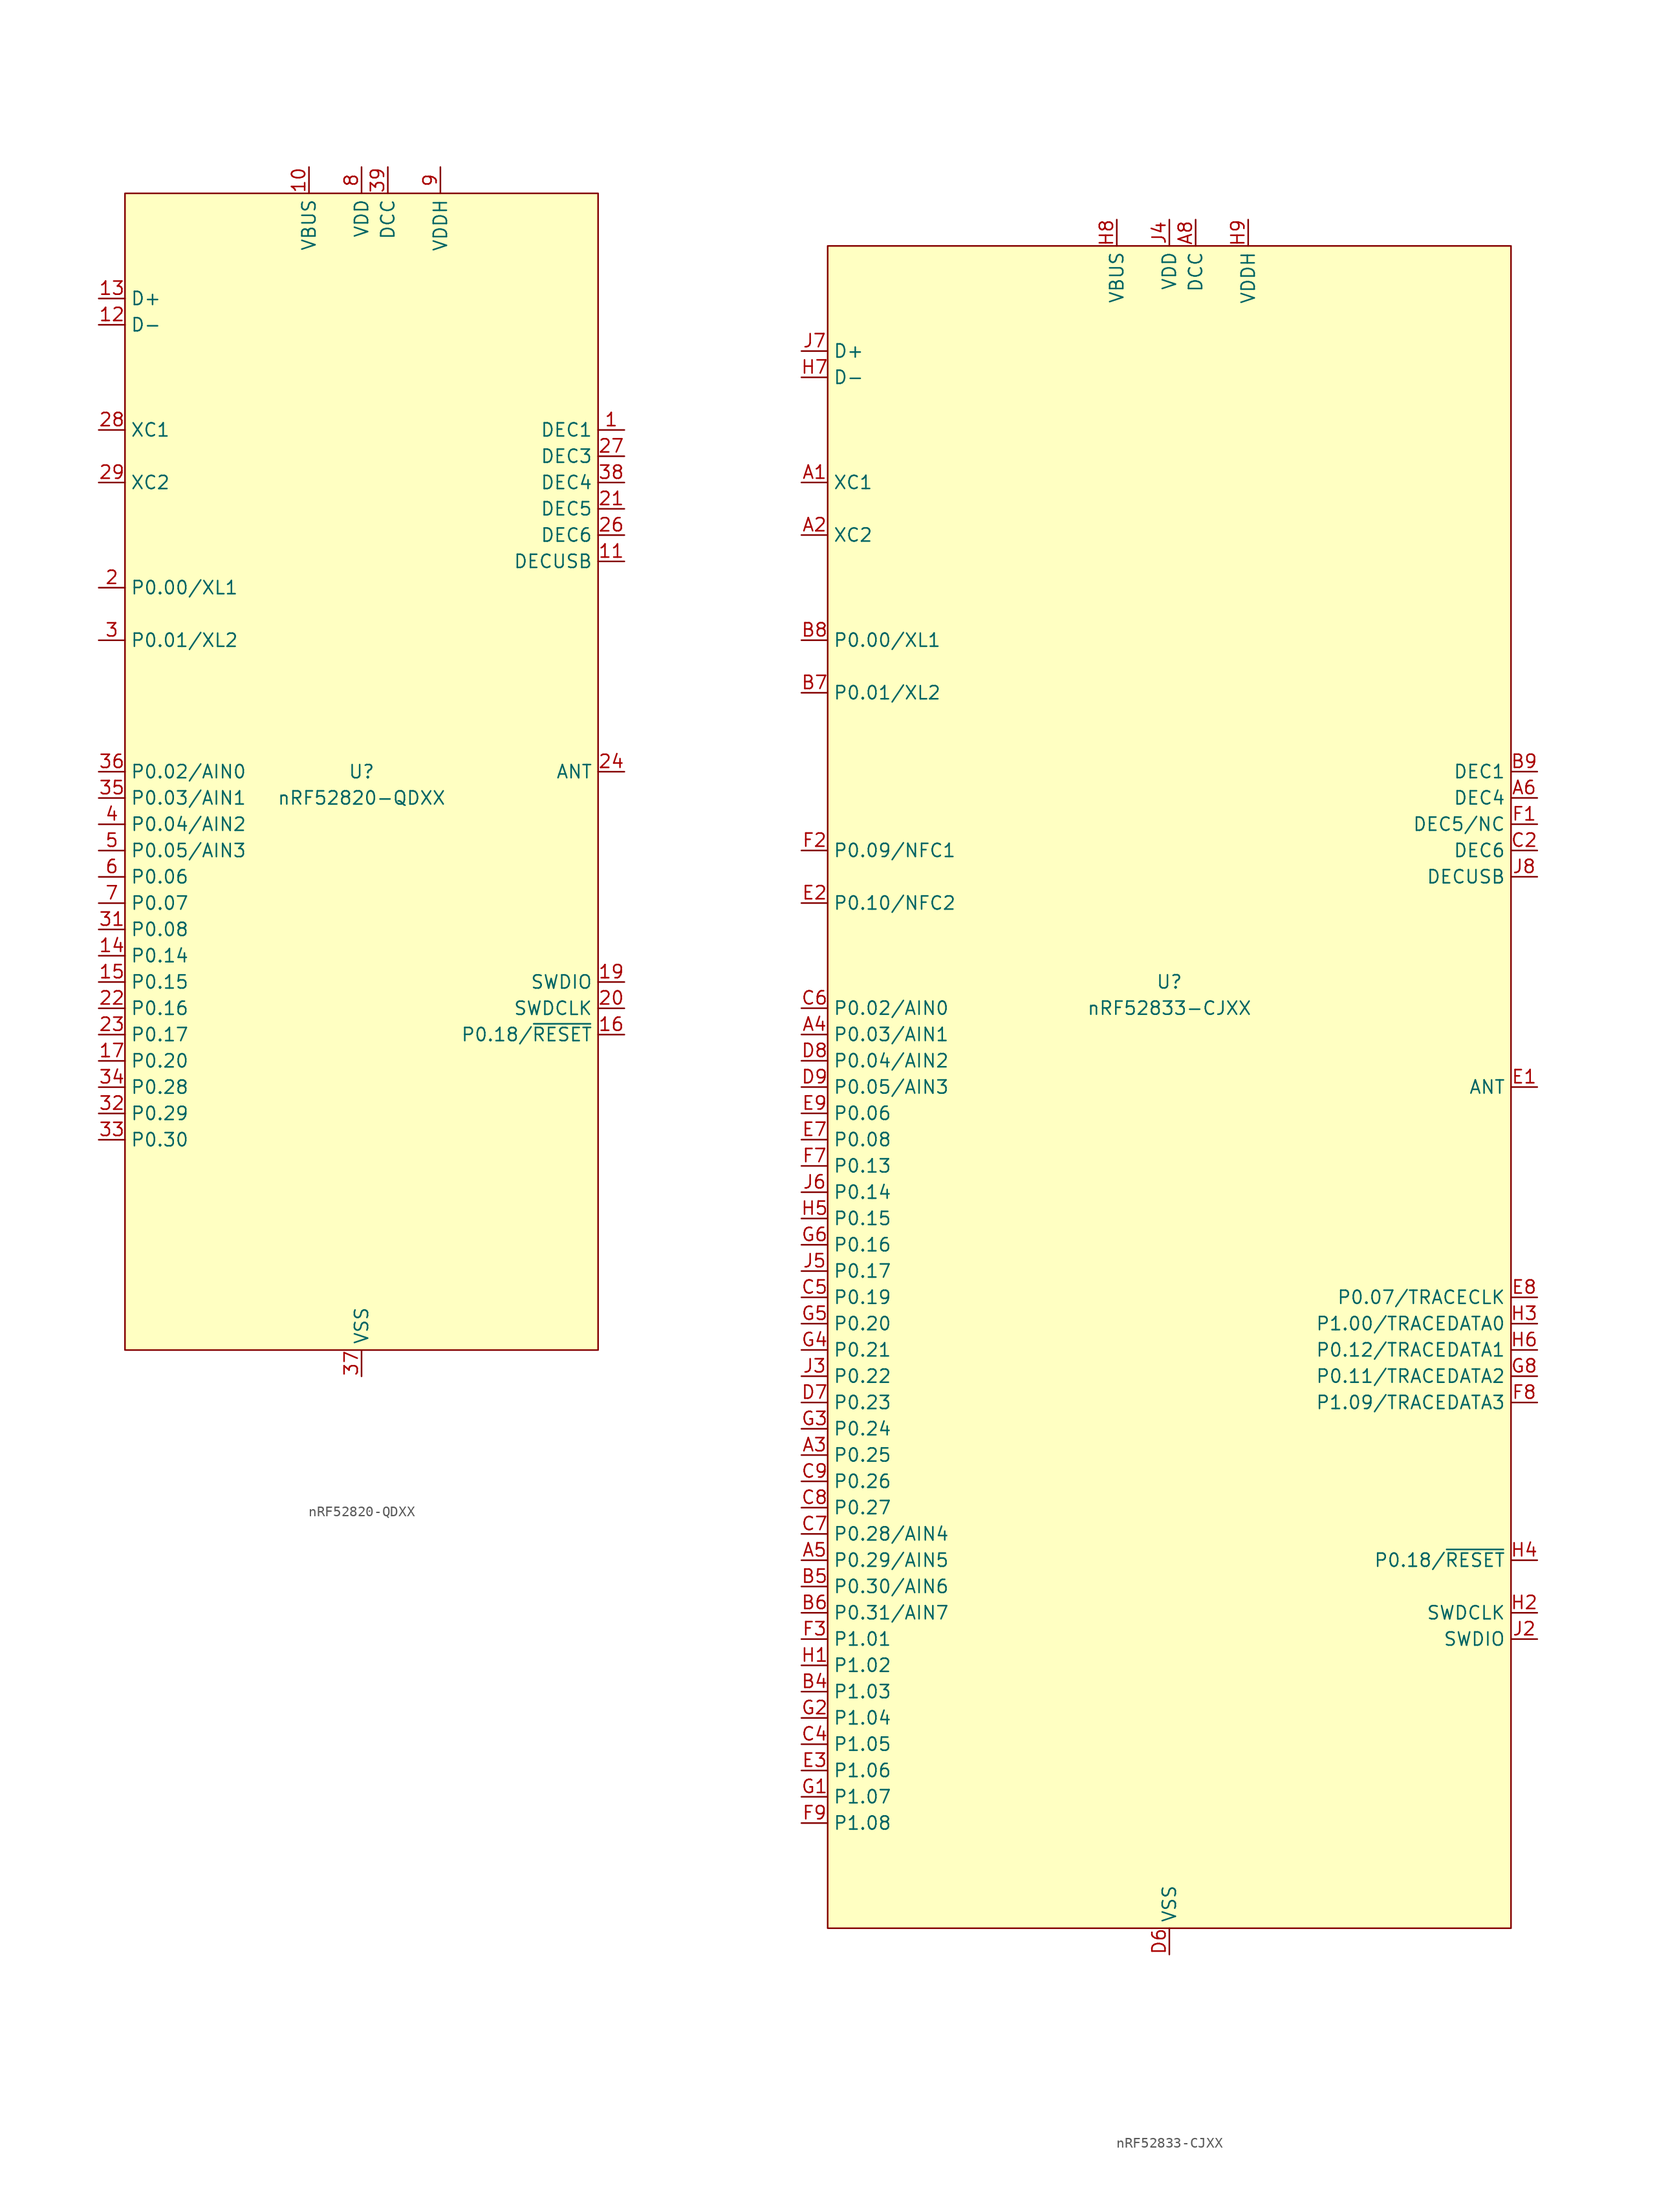
<source format=kicad_sym>
(kicad_symbol_lib
  (version 20241209)
  (generator "kicad_symbol_editor")
  (generator_version "9.0")
  (symbol "nRF52820-QDXX"
    (property "Reference" "U"
      (at 0 0 0)
      (do_not_autoplace)
      (effects (font (size 1.27 1.27))))
    (property "Value" "nRF52820-QDXX"
      (at 0 -2.54 0)
      (do_not_autoplace)
      (effects (font (size 1.27 1.27))))
    (symbol "nRF52820-QDXX_0_0"
      (pin unspecified line (at -25.4 45.72 0) (length 2.54) (name "D+" (effects (font (size 1.27 1.27)))) (number "13" (effects (font (size 1.27 1.27)))))
      (pin unspecified line (at -25.4 43.18 0) (length 2.54) (name "D-" (effects (font (size 1.27 1.27)))) (number "12" (effects (font (size 1.27 1.27)))))
      (pin unspecified line (at -25.4 33.02 0) (length 2.54) (name "XC1" (effects (font (size 1.27 1.27)))) (number "28" (effects (font (size 1.27 1.27)))))
      (pin unspecified line (at -25.4 27.94 0) (length 2.54) (name "XC2" (effects (font (size 1.27 1.27)))) (number "29" (effects (font (size 1.27 1.27)))))
      (pin unspecified line (at -25.4 17.78 0) (length 2.54) (name "P0.00/XL1" (effects (font (size 1.27 1.27)))) (number "2" (effects (font (size 1.27 1.27)))))
      (pin unspecified line (at -25.4 12.7 0) (length 2.54) (name "P0.01/XL2" (effects (font (size 1.27 1.27)))) (number "3" (effects (font (size 1.27 1.27)))))
      (pin unspecified line (at -25.4 0 0) (length 2.54) (name "P0.02/AIN0" (effects (font (size 1.27 1.27)))) (number "36" (effects (font (size 1.27 1.27)))))
      (pin unspecified line (at -25.4 -2.54 0) (length 2.54) (name "P0.03/AIN1" (effects (font (size 1.27 1.27)))) (number "35" (effects (font (size 1.27 1.27)))))
      (pin unspecified line (at -25.4 -5.08 0) (length 2.54) (name "P0.04/AIN2" (effects (font (size 1.27 1.27)))) (number "4" (effects (font (size 1.27 1.27)))))
      (pin unspecified line (at -25.4 -7.62 0) (length 2.54) (name "P0.05/AIN3" (effects (font (size 1.27 1.27)))) (number "5" (effects (font (size 1.27 1.27)))))
      (pin unspecified line (at -25.4 -10.16 0) (length 2.54) (name "P0.06" (effects (font (size 1.27 1.27)))) (number "6" (effects (font (size 1.27 1.27)))))
      (pin unspecified line (at -25.4 -12.7 0) (length 2.54) (name "P0.07" (effects (font (size 1.27 1.27)))) (number "7" (effects (font (size 1.27 1.27)))))
      (pin unspecified line (at -25.4 -15.24 0) (length 2.54) (name "P0.08" (effects (font (size 1.27 1.27)))) (number "31" (effects (font (size 1.27 1.27)))))
      (pin unspecified line (at -25.4 -17.78 0) (length 2.54) (name "P0.14" (effects (font (size 1.27 1.27)))) (number "14" (effects (font (size 1.27 1.27)))))
      (pin unspecified line (at -25.4 -20.32 0) (length 2.54) (name "P0.15" (effects (font (size 1.27 1.27)))) (number "15" (effects (font (size 1.27 1.27)))))
      (pin unspecified line (at -25.4 -22.86 0) (length 2.54) (name "P0.16" (effects (font (size 1.27 1.27)))) (number "22" (effects (font (size 1.27 1.27)))))
      (pin unspecified line (at -25.4 -25.4 0) (length 2.54) (name "P0.17" (effects (font (size 1.27 1.27)))) (number "23" (effects (font (size 1.27 1.27)))))
      (pin unspecified line (at -25.4 -27.94 0) (length 2.54) (name "P0.20" (effects (font (size 1.27 1.27)))) (number "17" (effects (font (size 1.27 1.27)))))
      (pin unspecified line (at -25.4 -30.48 0) (length 2.54) (name "P0.28" (effects (font (size 1.27 1.27)))) (number "34" (effects (font (size 1.27 1.27)))))
      (pin unspecified line (at -25.4 -33.02 0) (length 2.54) (name "P0.29" (effects (font (size 1.27 1.27)))) (number "32" (effects (font (size 1.27 1.27)))))
      (pin unspecified line (at -25.4 -35.56 0) (length 2.54) (name "P0.30" (effects (font (size 1.27 1.27)))) (number "33" (effects (font (size 1.27 1.27)))))
      (pin unspecified line (at -5.08 58.42 270) (length 2.54) (name "VBUS" (effects (font (size 1.27 1.27)))) (number "10" (effects (font (size 1.27 1.27)))))
      (pin unspecified line (at 0 58.42 270) (length 2.54) (name "VDD" (effects (font (size 1.27 1.27)))) (number "8" (effects (font (size 1.27 1.27)))))
      (pin unspecified line (at 0 -58.42 90) (length 2.54) (name "VSS" (effects (font (size 1.27 1.27)))) (number "37" (effects (font (size 1.27 1.27)))))
      (pin unspecified line (at 2.54 58.42 270) (length 2.54) (name "DCC" (effects (font (size 1.27 1.27)))) (number "39" (effects (font (size 1.27 1.27)))))
      (pin unspecified line (at 7.62 58.42 270) (length 2.54) (name "VDDH" (effects (font (size 1.27 1.27)))) (number "9" (effects (font (size 1.27 1.27)))))
      (pin unspecified line (at 25.4 20.32 180) (length 2.54) (name "DECUSB" (effects (font (size 1.27 1.27)))) (number "11" (effects (font (size 1.27 1.27)))))
      (pin unspecified line (at 25.4 0 180) (length 2.54) (name "ANT" (effects (font (size 1.27 1.27)))) (number "24" (effects (font (size 1.27 1.27)))))
      (pin unspecified line (at 25.4 -20.32 180) (length 2.54) (name "SWDIO" (effects (font (size 1.27 1.27)))) (number "19" (effects (font (size 1.27 1.27)))))
      (pin unspecified line (at 25.4 -22.86 180) (length 2.54) (name "SWDCLK" (effects (font (size 1.27 1.27)))) (number "20" (effects (font (size 1.27 1.27))))))
    (symbol "nRF52820-QDXX_1_0"
      (pin unspecified line (at 0 58.42 270) (length 2.54) (hide yes) (name "VDD" (effects (font (size 1.27 1.27)))) (number "18" (effects (font (size 1.27 1.27)))))
      (pin unspecified line (at 0 58.42 270) (length 2.54) (hide yes) (name "VDD" (effects (font (size 1.27 1.27)))) (number "30" (effects (font (size 1.27 1.27)))))
      (pin unspecified line (at 0 58.42 270) (length 2.54) (hide yes) (name "VDD" (effects (font (size 1.27 1.27)))) (number "40" (effects (font (size 1.27 1.27)))))
      (pin unspecified line (at 0 -58.42 90) (length 2.54) (hide yes) (name "VSS_PA" (effects (font (size 1.27 1.27)))) (number "25" (effects (font (size 1.27 1.27)))))
      (pin unspecified line (at 0 -58.42 90) (length 2.54) (hide yes) (name "VSS" (effects (font (size 1.27 1.27)))) (number "EP" (effects (font (size 1.27 1.27)))))
      (pin unspecified line (at 25.4 33.02 180) (length 2.54) (name "DEC1" (effects (font (size 1.27 1.27)))) (number "1" (effects (font (size 1.27 1.27)))))
      (pin unspecified line (at 25.4 30.48 180) (length 2.54) (name "DEC3" (effects (font (size 1.27 1.27)))) (number "27" (effects (font (size 1.27 1.27)))))
      (pin unspecified line (at 25.4 27.94 180) (length 2.54) (name "DEC4" (effects (font (size 1.27 1.27)))) (number "38" (effects (font (size 1.27 1.27)))))
      (pin unspecified line (at 25.4 25.4 180) (length 2.54) (name "DEC5" (effects (font (size 1.27 1.27)))) (number "21" (effects (font (size 1.27 1.27)))))
      (pin unspecified line (at 25.4 22.86 180) (length 2.54) (name "DEC6" (effects (font (size 1.27 1.27)))) (number "26" (effects (font (size 1.27 1.27)))))
      (pin unspecified line (at 25.4 -25.4 180) (length 2.54) (name "P0.18/~{RESET}" (effects (font (size 1.27 1.27)))) (number "16" (effects (font (size 1.27 1.27))))))
    (symbol "nRF52820-QDXX_1_1"
      (rectangle (start -22.86 55.88) (end 22.86 -55.88) (stroke (width 0) (type default)) (fill (type background)))))
  (symbol "nRF52833-CJXX"
    (property "Reference" "U"
      (at 0 10.16 0)
      (do_not_autoplace)
      (effects (font (size 1.27 1.27))))
    (property "Value" "nRF52833-CJXX"
      (at 0 7.62 0)
      (do_not_autoplace)
      (effects (font (size 1.27 1.27))))
    (symbol "nRF52833-CJXX_0_0"
      (pin unspecified line (at -35.56 71.12 0) (length 2.54) (name "D+" (effects (font (size 1.27 1.27)))) (number "J7" (effects (font (size 1.27 1.27)))))
      (pin unspecified line (at -35.56 68.58 0) (length 2.54) (name "D-" (effects (font (size 1.27 1.27)))) (number "H7" (effects (font (size 1.27 1.27)))))
      (pin unspecified line (at -35.56 58.42 0) (length 2.54) (name "XC1" (effects (font (size 1.27 1.27)))) (number "A1" (effects (font (size 1.27 1.27)))))
      (pin unspecified line (at -35.56 53.34 0) (length 2.54) (name "XC2" (effects (font (size 1.27 1.27)))) (number "A2" (effects (font (size 1.27 1.27)))))
      (pin unspecified line (at -35.56 43.18 0) (length 2.54) (name "P0.00/XL1" (effects (font (size 1.27 1.27)))) (number "B8" (effects (font (size 1.27 1.27)))))
      (pin unspecified line (at -35.56 38.1 0) (length 2.54) (name "P0.01/XL2" (effects (font (size 1.27 1.27)))) (number "B7" (effects (font (size 1.27 1.27)))))
      (pin unspecified line (at -35.56 22.86 0) (length 2.54) (name "P0.09/NFC1" (effects (font (size 1.27 1.27)))) (number "F2" (effects (font (size 1.27 1.27)))))
      (pin unspecified line (at -35.56 17.78 0) (length 2.54) (name "P0.10/NFC2" (effects (font (size 1.27 1.27)))) (number "E2" (effects (font (size 1.27 1.27)))))
      (pin unspecified line (at -35.56 7.62 0) (length 2.54) (name "P0.02/AIN0" (effects (font (size 1.27 1.27)))) (number "C6" (effects (font (size 1.27 1.27)))))
      (pin unspecified line (at -35.56 5.08 0) (length 2.54) (name "P0.03/AIN1" (effects (font (size 1.27 1.27)))) (number "A4" (effects (font (size 1.27 1.27)))))
      (pin unspecified line (at -35.56 2.54 0) (length 2.54) (name "P0.04/AIN2" (effects (font (size 1.27 1.27)))) (number "D8" (effects (font (size 1.27 1.27)))))
      (pin unspecified line (at -35.56 0 0) (length 2.54) (name "P0.05/AIN3" (effects (font (size 1.27 1.27)))) (number "D9" (effects (font (size 1.27 1.27)))))
      (pin unspecified line (at -35.56 -2.54 0) (length 2.54) (name "P0.06" (effects (font (size 1.27 1.27)))) (number "E9" (effects (font (size 1.27 1.27)))))
      (pin unspecified line (at -35.56 -5.08 0) (length 2.54) (name "P0.08" (effects (font (size 1.27 1.27)))) (number "E7" (effects (font (size 1.27 1.27)))))
      (pin unspecified line (at -35.56 -7.62 0) (length 2.54) (name "P0.13" (effects (font (size 1.27 1.27)))) (number "F7" (effects (font (size 1.27 1.27)))))
      (pin unspecified line (at -35.56 -10.16 0) (length 2.54) (name "P0.14" (effects (font (size 1.27 1.27)))) (number "J6" (effects (font (size 1.27 1.27)))))
      (pin unspecified line (at -35.56 -12.7 0) (length 2.54) (name "P0.15" (effects (font (size 1.27 1.27)))) (number "H5" (effects (font (size 1.27 1.27)))))
      (pin unspecified line (at -35.56 -15.24 0) (length 2.54) (name "P0.16" (effects (font (size 1.27 1.27)))) (number "G6" (effects (font (size 1.27 1.27)))))
      (pin unspecified line (at -35.56 -17.78 0) (length 2.54) (name "P0.17" (effects (font (size 1.27 1.27)))) (number "J5" (effects (font (size 1.27 1.27)))))
      (pin unspecified line (at -35.56 -20.32 0) (length 2.54) (name "P0.19" (effects (font (size 1.27 1.27)))) (number "C5" (effects (font (size 1.27 1.27)))))
      (pin unspecified line (at -35.56 -22.86 0) (length 2.54) (name "P0.20" (effects (font (size 1.27 1.27)))) (number "G5" (effects (font (size 1.27 1.27)))))
      (pin unspecified line (at -35.56 -25.4 0) (length 2.54) (name "P0.21" (effects (font (size 1.27 1.27)))) (number "G4" (effects (font (size 1.27 1.27)))))
      (pin unspecified line (at -35.56 -27.94 0) (length 2.54) (name "P0.22" (effects (font (size 1.27 1.27)))) (number "J3" (effects (font (size 1.27 1.27)))))
      (pin unspecified line (at -35.56 -30.48 0) (length 2.54) (name "P0.23" (effects (font (size 1.27 1.27)))) (number "D7" (effects (font (size 1.27 1.27)))))
      (pin unspecified line (at -35.56 -33.02 0) (length 2.54) (name "P0.24" (effects (font (size 1.27 1.27)))) (number "G3" (effects (font (size 1.27 1.27)))))
      (pin unspecified line (at -35.56 -35.56 0) (length 2.54) (name "P0.25" (effects (font (size 1.27 1.27)))) (number "A3" (effects (font (size 1.27 1.27)))))
      (pin unspecified line (at -35.56 -38.1 0) (length 2.54) (name "P0.26" (effects (font (size 1.27 1.27)))) (number "C9" (effects (font (size 1.27 1.27)))))
      (pin unspecified line (at -35.56 -40.64 0) (length 2.54) (name "P0.27" (effects (font (size 1.27 1.27)))) (number "C8" (effects (font (size 1.27 1.27)))))
      (pin unspecified line (at -35.56 -43.18 0) (length 2.54) (name "P0.28/AIN4" (effects (font (size 1.27 1.27)))) (number "C7" (effects (font (size 1.27 1.27)))))
      (pin unspecified line (at -35.56 -45.72 0) (length 2.54) (name "P0.29/AIN5" (effects (font (size 1.27 1.27)))) (number "A5" (effects (font (size 1.27 1.27)))))
      (pin unspecified line (at -35.56 -48.26 0) (length 2.54) (name "P0.30/AIN6" (effects (font (size 1.27 1.27)))) (number "B5" (effects (font (size 1.27 1.27)))))
      (pin unspecified line (at -35.56 -50.8 0) (length 2.54) (name "P0.31/AIN7" (effects (font (size 1.27 1.27)))) (number "B6" (effects (font (size 1.27 1.27)))))
      (pin unspecified line (at -35.56 -53.34 0) (length 2.54) (name "P1.01" (effects (font (size 1.27 1.27)))) (number "F3" (effects (font (size 1.27 1.27)))))
      (pin unspecified line (at -35.56 -55.88 0) (length 2.54) (name "P1.02" (effects (font (size 1.27 1.27)))) (number "H1" (effects (font (size 1.27 1.27)))))
      (pin unspecified line (at -35.56 -58.42 0) (length 2.54) (name "P1.03" (effects (font (size 1.27 1.27)))) (number "B4" (effects (font (size 1.27 1.27)))))
      (pin unspecified line (at -35.56 -60.96 0) (length 2.54) (name "P1.04" (effects (font (size 1.27 1.27)))) (number "G2" (effects (font (size 1.27 1.27)))))
      (pin unspecified line (at -35.56 -63.5 0) (length 2.54) (name "P1.05" (effects (font (size 1.27 1.27)))) (number "C4" (effects (font (size 1.27 1.27)))))
      (pin unspecified line (at -35.56 -66.04 0) (length 2.54) (name "P1.06" (effects (font (size 1.27 1.27)))) (number "E3" (effects (font (size 1.27 1.27)))))
      (pin unspecified line (at -35.56 -68.58 0) (length 2.54) (name "P1.07" (effects (font (size 1.27 1.27)))) (number "G1" (effects (font (size 1.27 1.27)))))
      (pin unspecified line (at -35.56 -71.12 0) (length 2.54) (name "P1.08" (effects (font (size 1.27 1.27)))) (number "F9" (effects (font (size 1.27 1.27)))))
      (pin unspecified line (at -5.08 83.82 270) (length 2.54) (name "VBUS" (effects (font (size 1.27 1.27)))) (number "H8" (effects (font (size 1.27 1.27)))))
      (pin unspecified line (at 0 83.82 270) (length 2.54) (name "VDD" (effects (font (size 1.27 1.27)))) (number "J4" (effects (font (size 1.27 1.27)))))
      (pin unspecified line (at 0 -83.82 90) (length 2.54) (name "VSS" (effects (font (size 1.27 1.27)))) (number "D6" (effects (font (size 1.27 1.27)))))
      (pin unspecified line (at 2.54 83.82 270) (length 2.54) (name "DCC" (effects (font (size 1.27 1.27)))) (number "A8" (effects (font (size 1.27 1.27)))))
      (pin unspecified line (at 7.62 83.82 270) (length 2.54) (name "VDDH" (effects (font (size 1.27 1.27)))) (number "H9" (effects (font (size 1.27 1.27)))))
      (pin unspecified line (at 35.56 20.32 180) (length 2.54) (name "DECUSB" (effects (font (size 1.27 1.27)))) (number "J8" (effects (font (size 1.27 1.27)))))
      (pin unspecified line (at 35.56 0 180) (length 2.54) (name "ANT" (effects (font (size 1.27 1.27)))) (number "E1" (effects (font (size 1.27 1.27)))))
      (pin unspecified line (at 35.56 -20.32 180) (length 2.54) (name "P0.07/TRACECLK" (effects (font (size 1.27 1.27)))) (number "E8" (effects (font (size 1.27 1.27)))))
      (pin unspecified line (at 35.56 -22.86 180) (length 2.54) (name "P1.00/TRACEDATA0" (effects (font (size 1.27 1.27)))) (number "H3" (effects (font (size 1.27 1.27)))))
      (pin unspecified line (at 35.56 -25.4 180) (length 2.54) (name "P0.12/TRACEDATA1" (effects (font (size 1.27 1.27)))) (number "H6" (effects (font (size 1.27 1.27)))))
      (pin unspecified line (at 35.56 -27.94 180) (length 2.54) (name "P0.11/TRACEDATA2" (effects (font (size 1.27 1.27)))) (number "G8" (effects (font (size 1.27 1.27)))))
      (pin unspecified line (at 35.56 -30.48 180) (length 2.54) (name "P1.09/TRACEDATA3" (effects (font (size 1.27 1.27)))) (number "F8" (effects (font (size 1.27 1.27)))))
      (pin unspecified line (at 35.56 -50.8 180) (length 2.54) (name "SWDCLK" (effects (font (size 1.27 1.27)))) (number "H2" (effects (font (size 1.27 1.27)))))
      (pin unspecified line (at 35.56 -53.34 180) (length 2.54) (name "SWDIO" (effects (font (size 1.27 1.27)))) (number "J2" (effects (font (size 1.27 1.27))))))
    (symbol "nRF52833-CJXX_1_0"
      (pin unspecified line (at 0 83.82 270) (length 2.54) (hide yes) (name "VDD" (effects (font (size 1.27 1.27)))) (number "A9" (effects (font (size 1.27 1.27)))))
      (pin unspecified line (at 0 83.82 270) (length 2.54) (hide yes) (name "VDD" (effects (font (size 1.27 1.27)))) (number "B3" (effects (font (size 1.27 1.27)))))
      (pin unspecified line (at 0 83.82 270) (length 2.54) (hide yes) (name "VDD" (effects (font (size 1.27 1.27)))) (number "G9" (effects (font (size 1.27 1.27)))))
      (pin unspecified line (at 0 83.82 270) (length 2.54) (hide yes) (name "VDD" (effects (font (size 1.27 1.27)))) (number "J1" (effects (font (size 1.27 1.27)))))
      (pin unspecified line (at 0 -83.82 90) (length 2.54) (hide yes) (name "VSS" (effects (font (size 1.27 1.27)))) (number "A7" (effects (font (size 1.27 1.27)))))
      (pin unspecified line (at 0 -83.82 90) (length 2.54) (hide yes) (name "VSS_PA" (effects (font (size 1.27 1.27)))) (number "C1" (effects (font (size 1.27 1.27)))))
      (pin unspecified line (at 0 -83.82 90) (length 2.54) (hide yes) (name "VSS" (effects (font (size 1.27 1.27)))) (number "D3" (effects (font (size 1.27 1.27)))))
      (pin unspecified line (at 0 -83.82 90) (length 2.54) (hide yes) (name "VSS" (effects (font (size 1.27 1.27)))) (number "D4" (effects (font (size 1.27 1.27)))))
      (pin unspecified line (at 0 -83.82 90) (length 2.54) (hide yes) (name "VSS" (effects (font (size 1.27 1.27)))) (number "D5" (effects (font (size 1.27 1.27)))))
      (pin unspecified line (at 0 -83.82 90) (length 2.54) (hide yes) (name "VSS" (effects (font (size 1.27 1.27)))) (number "E4" (effects (font (size 1.27 1.27)))))
      (pin unspecified line (at 0 -83.82 90) (length 2.54) (hide yes) (name "VSS" (effects (font (size 1.27 1.27)))) (number "E5" (effects (font (size 1.27 1.27)))))
      (pin unspecified line (at 0 -83.82 90) (length 2.54) (hide yes) (name "VSS" (effects (font (size 1.27 1.27)))) (number "E6" (effects (font (size 1.27 1.27)))))
      (pin unspecified line (at 0 -83.82 90) (length 2.54) (hide yes) (name "VSS" (effects (font (size 1.27 1.27)))) (number "F4" (effects (font (size 1.27 1.27)))))
      (pin unspecified line (at 0 -83.82 90) (length 2.54) (hide yes) (name "VSS" (effects (font (size 1.27 1.27)))) (number "F5" (effects (font (size 1.27 1.27)))))
      (pin unspecified line (at 0 -83.82 90) (length 2.54) (hide yes) (name "VSS" (effects (font (size 1.27 1.27)))) (number "F6" (effects (font (size 1.27 1.27)))))
      (pin unspecified line (at 0 -83.82 90) (length 2.54) (hide yes) (name "VSS" (effects (font (size 1.27 1.27)))) (number "J9" (effects (font (size 1.27 1.27)))))
      (pin unspecified line (at 35.56 30.48 180) (length 2.54) (name "DEC1" (effects (font (size 1.27 1.27)))) (number "B9" (effects (font (size 1.27 1.27)))))
      (pin unspecified line (at 35.56 27.94 180) (length 2.54) (name "DEC4" (effects (font (size 1.27 1.27)))) (number "A6" (effects (font (size 1.27 1.27)))))
      (pin unspecified line (at 35.56 25.4 180) (length 2.54) (name "DEC5/NC" (effects (font (size 1.27 1.27)))) (number "F1" (effects (font (size 1.27 1.27)))))
      (pin unspecified line (at 35.56 22.86 180) (length 2.54) (name "DEC6" (effects (font (size 1.27 1.27)))) (number "C2" (effects (font (size 1.27 1.27)))))
      (pin unspecified line (at 35.56 -45.72 180) (length 2.54) (name "P0.18/~{RESET}" (effects (font (size 1.27 1.27)))) (number "H4" (effects (font (size 1.27 1.27))))))
    (symbol "nRF52833-CJXX_1_1"
      (rectangle (start -33.02 81.28) (end 33.02 -81.28) (stroke (width 0) (type default)) (fill (type background))))))
</source>
